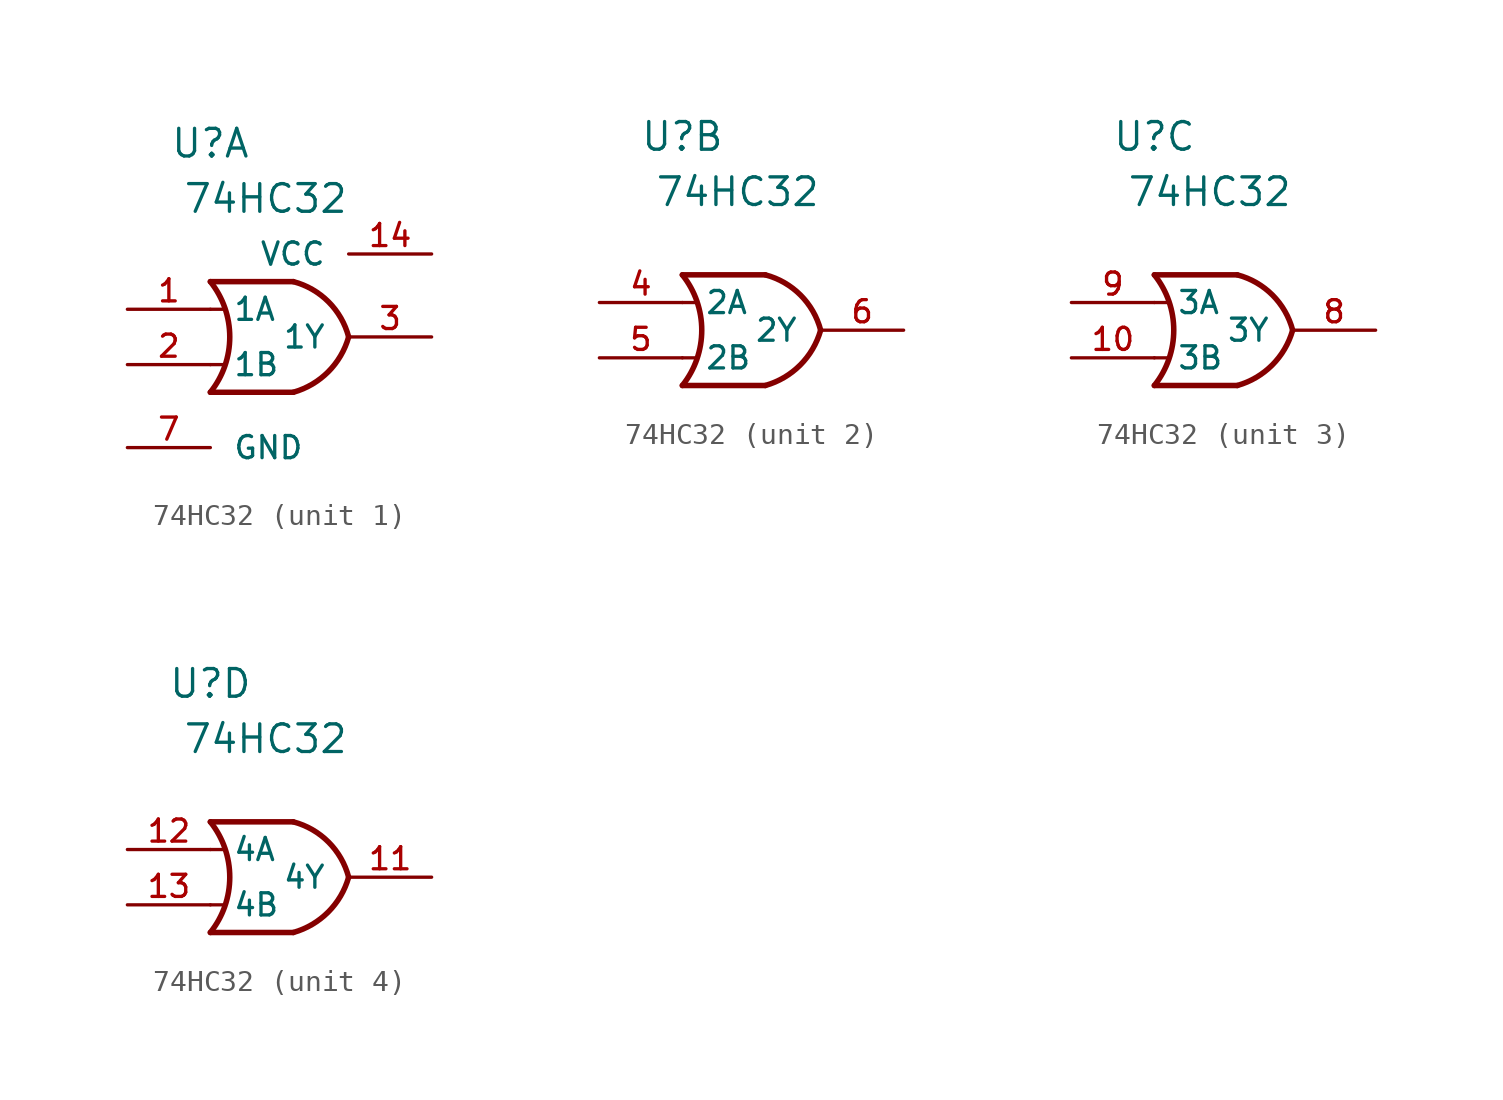
<source format=kicad_sym>
(kicad_symbol_lib
  (version 20220914)
  (generator kicad_symbol_editor)
  (symbol "74HC32"
    (power)
    (pin_names
      (offset 1.016))
    (property "Reference" "U"
      (at -2.54 8.89 0)
      (effects (font (size 1.27 1.27))))
    (property "Value" "74HC32"
      (at 0 6.35 0)
      (effects (font (size 1.27 1.27))))
    (symbol "74HC32_1_1"
      (arc (start -2.54 -2.54) (mid -1.649 0) (end -2.54 2.54) (stroke (width 0.254) (type default)) (fill (type none)))
      (polyline (pts (xy -2.54 -1.27) (xy -1.905 -1.27)) (stroke (width 0) (type default)) (fill (type none)))
      (polyline (pts (xy -2.54 1.27) (xy -1.905 1.27)) (stroke (width 0) (type default)) (fill (type none)))
      (polyline (pts (xy 1.27 -2.54) (xy -2.54 -2.54)) (stroke (width 0.254) (type default)) (fill (type background)))
      (polyline (pts (xy 1.27 2.54) (xy -2.54 2.54)) (stroke (width 0.254) (type default)) (fill (type background)))
      (arc (start 1.27 -2.54) (mid 2.8693 -1.6027) (end 3.81 0) (stroke (width 0.254) (type default)) (fill (type none)))
      (arc (start 3.81 0) (mid 2.8819 1.6152) (end 1.27 2.54) (stroke (width 0.254) (type default)) (fill (type none)))
      (pin input line (at -6.35 1.27 0) (length 3.81) (name "1A" (effects (font (size 1.016 1.016)))) (number "1" (effects (font (size 1.016 1.016)))))
      (pin power_in line (at 7.62 3.81 180) (length 3.81) (name "VCC" (effects (font (size 1.016 1.016)))) (number "14" (effects (font (size 1.016 1.016)))))
      (pin input line (at -6.35 -1.27 0) (length 3.81) (name "1B" (effects (font (size 1.016 1.016)))) (number "2" (effects (font (size 1.016 1.016)))))
      (pin output line (at 7.62 0 180) (length 3.81) (name "1Y" (effects (font (size 1.016 1.016)))) (number "3" (effects (font (size 1.016 1.016)))))
      (pin passive line (at -6.35 -5.08 0) (length 3.81) (name "GND" (effects (font (size 1.016 1.016)))) (number "7" (effects (font (size 1.016 1.016))))))
    (symbol "74HC32_2_1"
      (arc (start -2.54 -2.54) (mid -1.649 0) (end -2.54 2.54) (stroke (width 0.254) (type default)) (fill (type none)))
      (polyline (pts (xy -2.54 -1.27) (xy -1.905 -1.27)) (stroke (width 0) (type default)) (fill (type none)))
      (polyline (pts (xy -2.54 1.27) (xy -1.905 1.27)) (stroke (width 0) (type default)) (fill (type none)))
      (polyline (pts (xy 1.27 -2.54) (xy -2.54 -2.54)) (stroke (width 0.254) (type default)) (fill (type background)))
      (polyline (pts (xy 1.27 2.54) (xy -2.54 2.54)) (stroke (width 0.254) (type default)) (fill (type background)))
      (arc (start 1.27 -2.54) (mid 2.8693 -1.6027) (end 3.81 0) (stroke (width 0.254) (type default)) (fill (type none)))
      (arc (start 3.81 0) (mid 2.8819 1.6152) (end 1.27 2.54) (stroke (width 0.254) (type default)) (fill (type none)))
      (pin input line (at -6.35 1.27 0) (length 3.81) (name "2A" (effects (font (size 1.016 1.016)))) (number "4" (effects (font (size 1.016 1.016)))))
      (pin input line (at -6.35 -1.27 0) (length 3.81) (name "2B" (effects (font (size 1.016 1.016)))) (number "5" (effects (font (size 1.016 1.016)))))
      (pin output line (at 7.62 0 180) (length 3.81) (name "2Y" (effects (font (size 1.016 1.016)))) (number "6" (effects (font (size 1.016 1.016))))))
    (symbol "74HC32_3_1"
      (arc (start -2.54 -2.54) (mid -1.649 0) (end -2.54 2.54) (stroke (width 0.254) (type default)) (fill (type none)))
      (polyline (pts (xy -2.54 -2.54) (xy -1.905 -2.54)) (stroke (width 0) (type default)) (fill (type none)))
      (polyline (pts (xy -2.54 -1.27) (xy -1.905 -1.27)) (stroke (width 0) (type default)) (fill (type none)))
      (polyline (pts (xy -2.54 1.27) (xy -1.905 1.27)) (stroke (width 0) (type default)) (fill (type none)))
      (polyline (pts (xy 1.27 -2.54) (xy -2.54 -2.54)) (stroke (width 0.254) (type default)) (fill (type background)))
      (polyline (pts (xy 1.27 2.54) (xy -2.54 2.54)) (stroke (width 0.254) (type default)) (fill (type background)))
      (arc (start 1.27 -2.54) (mid 2.8693 -1.6027) (end 3.81 0) (stroke (width 0.254) (type default)) (fill (type none)))
      (arc (start 3.81 0) (mid 2.8819 1.6152) (end 1.27 2.54) (stroke (width 0.254) (type default)) (fill (type none)))
      (pin input line (at -6.35 -1.27 0) (length 3.81) (name "3B" (effects (font (size 1.016 1.016)))) (number "10" (effects (font (size 1.016 1.016)))))
      (pin output line (at 7.62 0 180) (length 3.81) (name "3Y" (effects (font (size 1.016 1.016)))) (number "8" (effects (font (size 1.016 1.016)))))
      (pin input line (at -6.35 1.27 0) (length 3.81) (name "3A" (effects (font (size 1.016 1.016)))) (number "9" (effects (font (size 1.016 1.016))))))
    (symbol "74HC32_4_1"
      (arc (start -2.54 -2.54) (mid -1.649 0) (end -2.54 2.54) (stroke (width 0.254) (type default)) (fill (type none)))
      (polyline (pts (xy -2.54 -1.27) (xy -1.905 -1.27)) (stroke (width 0) (type default)) (fill (type none)))
      (polyline (pts (xy -2.54 1.27) (xy -1.905 1.27)) (stroke (width 0) (type default)) (fill (type none)))
      (polyline (pts (xy 1.27 -2.54) (xy -2.54 -2.54)) (stroke (width 0.254) (type default)) (fill (type background)))
      (polyline (pts (xy 1.27 2.54) (xy -2.54 2.54)) (stroke (width 0.254) (type default)) (fill (type background)))
      (arc (start 1.27 -2.54) (mid 2.8693 -1.6027) (end 3.81 0) (stroke (width 0.254) (type default)) (fill (type none)))
      (arc (start 3.81 0) (mid 2.8819 1.6152) (end 1.27 2.54) (stroke (width 0.254) (type default)) (fill (type none)))
      (pin output line (at 7.62 0 180) (length 3.81) (name "4Y" (effects (font (size 1.016 1.016)))) (number "11" (effects (font (size 1.016 1.016)))))
      (pin input line (at -6.35 1.27 0) (length 3.81) (name "4A" (effects (font (size 1.016 1.016)))) (number "12" (effects (font (size 1.016 1.016)))))
      (pin input line (at -6.35 -1.27 0) (length 3.81) (name "4B" (effects (font (size 1.016 1.016)))) (number "13" (effects (font (size 1.016 1.016))))))))
</source>
